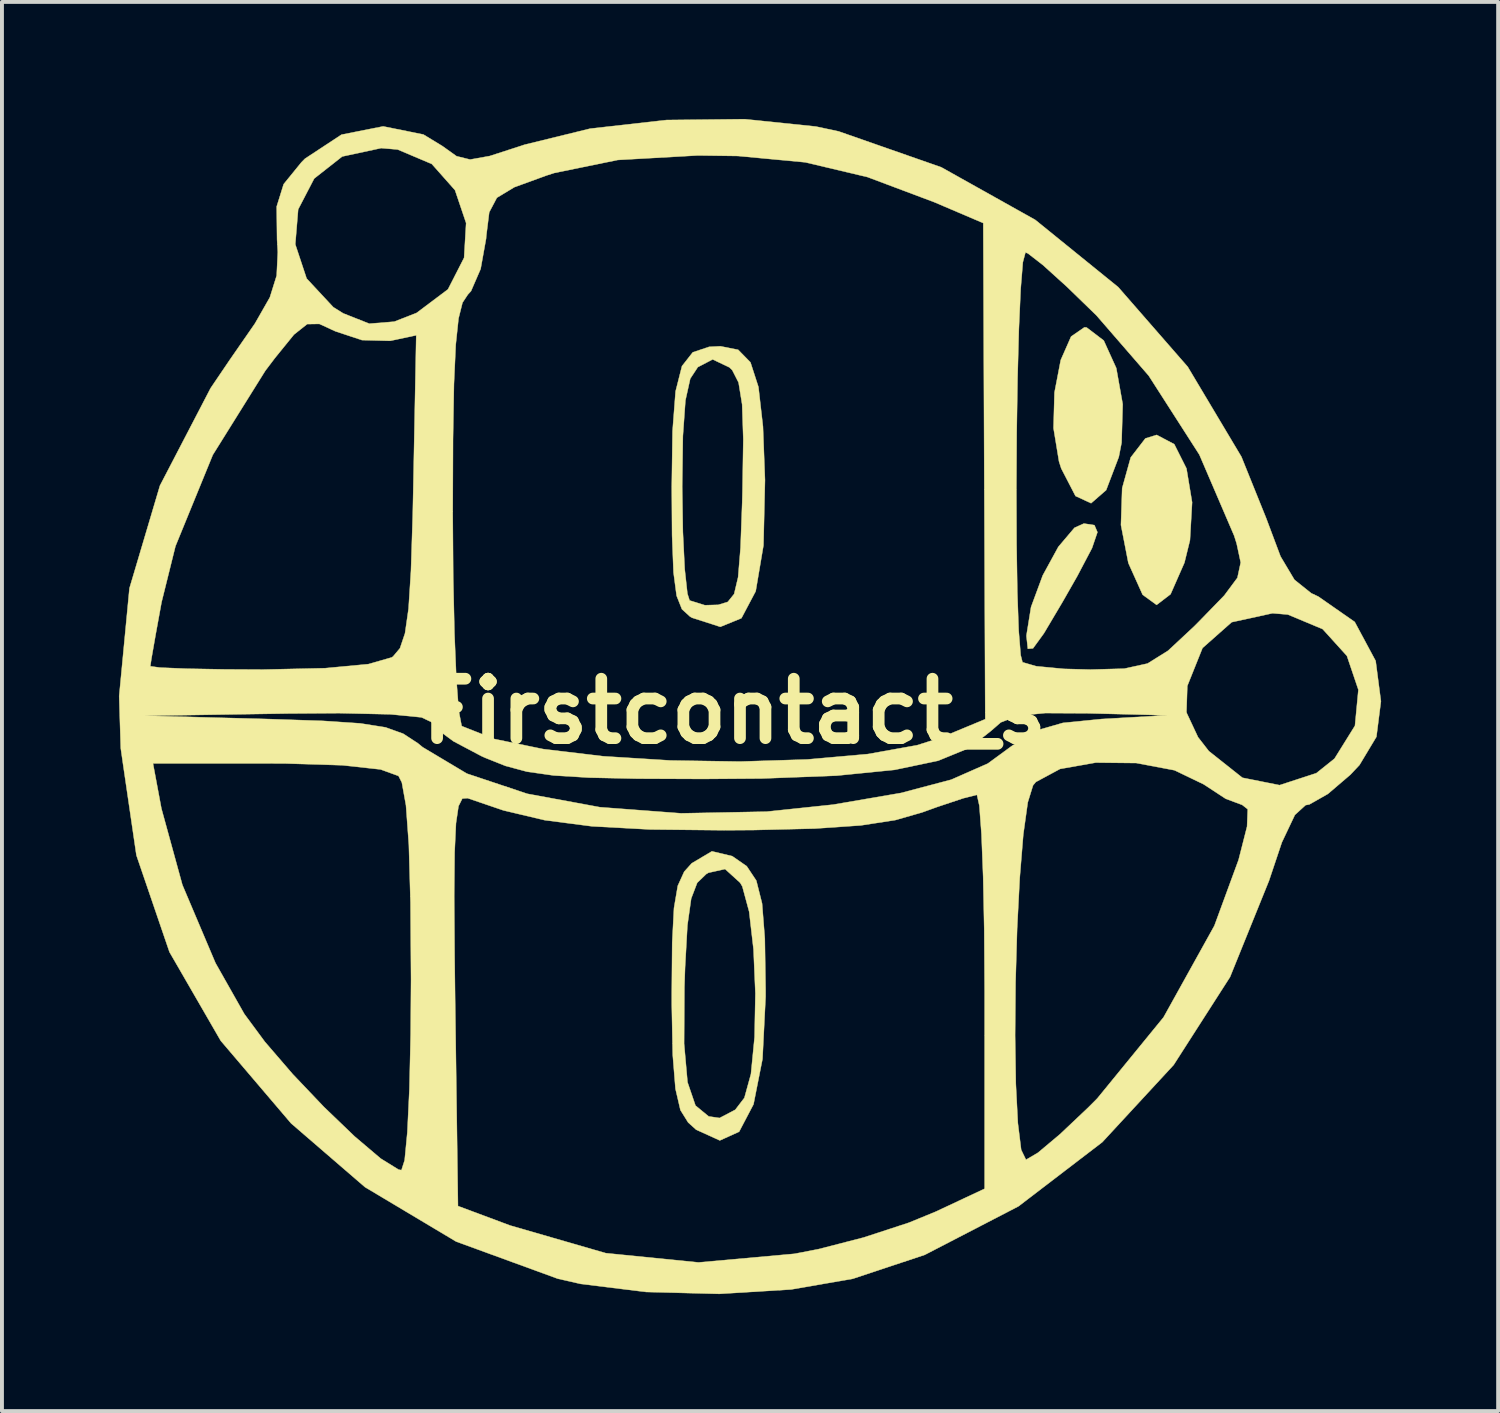
<source format=kicad_pcb>
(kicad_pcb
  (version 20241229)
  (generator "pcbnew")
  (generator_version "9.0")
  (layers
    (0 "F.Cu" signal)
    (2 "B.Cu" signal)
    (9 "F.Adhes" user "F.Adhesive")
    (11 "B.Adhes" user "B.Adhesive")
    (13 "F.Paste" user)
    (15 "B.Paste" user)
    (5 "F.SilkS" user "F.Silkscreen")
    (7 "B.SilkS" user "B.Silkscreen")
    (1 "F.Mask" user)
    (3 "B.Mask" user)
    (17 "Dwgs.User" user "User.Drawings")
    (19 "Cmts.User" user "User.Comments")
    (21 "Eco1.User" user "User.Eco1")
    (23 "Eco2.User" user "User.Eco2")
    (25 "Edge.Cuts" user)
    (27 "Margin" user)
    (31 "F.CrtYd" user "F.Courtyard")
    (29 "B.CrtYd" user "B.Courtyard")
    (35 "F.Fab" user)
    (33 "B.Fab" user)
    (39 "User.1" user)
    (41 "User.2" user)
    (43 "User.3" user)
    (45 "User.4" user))
  (footprint "Firstcontact_s"
    (layer "F.Cu")
    (at 15.776 15.185)
    (property "Reference" "Firstcontact_s" (at 0 0 0) (layer "F.SilkS") (effects (font (size 1.524 1.524) (thickness 0.3))))
    (attr through_hole)
    (fp_poly (pts (xy 9.232 -4.772) (xy 9.309 -4.591) (xy 9.17 -4.183) (xy 8.79 -3.461) (xy 8.417 -2.807) (xy 7.937 -1.998) (xy 7.657 -1.613) (xy 7.525 -1.602) (xy 7.49 -1.92) (xy 7.49 -1.949) (xy 7.607 -2.673) (xy 7.907 -3.484) (xy 8.307 -4.216) (xy 8.72 -4.704) (xy 8.962 -4.813) (xy 9.232 -4.772)) (stroke (width 0.01) (type solid)) (fill yes) (layer "F.SilkS"))
    (fp_poly (pts (xy 11.279 -6.847) (xy 11.592 -6.224) (xy 11.736 -5.357) (xy 11.681 -4.385) (xy 11.54 -3.811) (xy 11.184 -3.001) (xy 10.826 -2.727) (xy 10.468 -2.987) (xy 10.11 -3.782) (xy 10.1 -3.81) (xy 9.912 -4.775) (xy 9.943 -5.72) (xy 10.162 -6.507) (xy 10.538 -6.995) (xy 10.828 -7.085) (xy 11.279 -6.847)) (stroke (width 0.01) (type solid)) (fill yes) (layer "F.SilkS"))
    (fp_poly (pts (xy 9.032 -9.839) (xy 9.471 -9.505) (xy 9.792 -8.798) (xy 9.957 -7.873) (xy 9.928 -6.885) (xy 9.857 -6.521) (xy 9.532 -5.669) (xy 9.146 -5.334) (xy 8.747 -5.518) (xy 8.381 -6.225) (xy 8.324 -6.404) (xy 8.183 -7.259) (xy 8.208 -8.173) (xy 8.368 -9.004) (xy 8.634 -9.608) (xy 8.976 -9.844) (xy 9.032 -9.839)) (stroke (width 0.01) (type solid)) (fill yes) (layer "F.SilkS"))
    (fp_poly (pts (xy 0.098 -9.268) (xy 0.414 -8.945) (xy 0.618 -8.315) (xy 0.734 -7.3) (xy 0.786 -5.927) (xy 0.747 -4.253) (xy 0.548 -3.078) (xy 0.182 -2.386) (xy -0.359 -2.165) (xy -1.084 -2.398) (xy -1.136 -2.428) (xy -1.343 -2.617) (xy -1.48 -2.962) (xy -1.559 -3.56) (xy -1.596 -4.509) (xy -1.604 -5.708) (xy -1.604 -5.76) (xy -1.337 -5.76) (xy -1.319 -4.599) (xy -1.272 -3.644) (xy -1.203 -3.017) (xy -1.147 -2.841) (xy -0.755 -2.719) (xy -0.412 -2.729) (xy -0.168 -2.804) (xy -0.005 -3.007) (xy 0.097 -3.437) (xy 0.159 -4.19) (xy 0.202 -5.363) (xy 0.209 -5.642) (xy 0.23 -6.973) (xy 0.2 -7.868) (xy 0.109 -8.427) (xy -0.053 -8.745) (xy -0.125 -8.816) (xy -0.556 -9.021) (xy -0.936 -8.823) (xy -1.13 -8.528) (xy -1.254 -7.969) (xy -1.319 -7.055) (xy -1.337 -5.76) (xy -1.604 -5.76) (xy -1.584 -7.182) (xy -1.506 -8.203) (xy -1.342 -8.85) (xy -1.065 -9.203) (xy -0.647 -9.343) (xy -0.357 -9.358) (xy 0.098 -9.268)) (stroke (width 0.01) (type solid)) (fill yes) (layer "F.SilkS"))
    (fp_poly (pts (xy -0.054 3.714) (xy 0.318 3.972) (xy 0.564 4.342) (xy 0.711 4.926) (xy 0.782 5.828) (xy 0.802 7.151) (xy 0.802 7.315) (xy 0.722 8.915) (xy 0.492 10.076) (xy 0.123 10.779) (xy -0.372 11.003) (xy -0.979 10.727) (xy -1.184 10.542) (xy -1.382 10.224) (xy -1.509 9.679) (xy -1.579 8.811) (xy -1.585 8.522) (xy -1.288 8.522) (xy -1.2 9.51) (xy -0.996 10.108) (xy -0.658 10.386) (xy -0.378 10.427) (xy 0.024 10.216) (xy 0.258 9.91) (xy 0.426 9.3) (xy 0.519 8.353) (xy 0.54 7.233) (xy 0.492 6.106) (xy 0.38 5.137) (xy 0.205 4.491) (xy 0.149 4.396) (xy -0.237 4.045) (xy -0.664 4.14) (xy -0.72 4.173) (xy -0.952 4.397) (xy -1.106 4.8) (xy -1.203 5.489) (xy -1.263 6.568) (xy -1.28 7.074) (xy -1.288 8.522) (xy -1.585 8.522) (xy -1.604 7.523) (xy -1.604 7.241) (xy -1.593 5.93) (xy -1.547 5.044) (xy -1.45 4.474) (xy -1.285 4.112) (xy -1.092 3.897) (xy -0.575 3.59) (xy -0.054 3.714)) (stroke (width 0.01) (type solid)) (fill yes) (layer "F.SilkS"))
    (fp_poly (pts (xy 2.092 -14.991) (xy 2.674 -14.867) (xy 5.305 -13.947) (xy 7.715 -12.598) (xy 9.842 -10.874) (xy 11.624 -8.831) (xy 13 -6.525) (xy 13.632 -4.958) (xy 14.003 -3.97) (xy 14.36 -3.371) (xy 14.793 -3.025) (xy 14.972 -2.941) (xy 15.905 -2.291) (xy 16.442 -1.291) (xy 16.577 -0.256) (xy 16.461 0.655) (xy 16.027 1.378) (xy 15.795 1.625) (xy 15.218 2.118) (xy 14.741 2.389) (xy 14.646 2.406) (xy 14.371 2.657) (xy 14.037 3.361) (xy 13.707 4.345) (xy 12.709 6.812) (xy 11.263 9.067) (xy 9.433 11.047) (xy 7.285 12.691) (xy 4.883 13.935) (xy 3.036 14.549) (xy 1.456 14.823) (xy -0.384 14.936) (xy -2.258 14.888) (xy -3.941 14.68) (xy -4.526 14.547) (xy -7.132 13.595) (xy -9.469 12.199) (xy -11.364 10.564) (xy -13.167 8.447) (xy -14.481 6.173) (xy -15.329 3.691) (xy -15.674 1.337) (xy -14.904 1.337) (xy -14.688 2.493) (xy -14.15 4.452) (xy -13.302 6.453) (xy -12.563 7.759) (xy -12.035 8.474) (xy -11.321 9.303) (xy -10.521 10.144) (xy -9.736 10.898) (xy -9.065 11.467) (xy -8.608 11.75) (xy -8.534 11.764) (xy -8.452 11.509) (xy -8.383 10.793) (xy -8.33 9.688) (xy -8.298 8.269) (xy -8.288 6.871) (xy -8.302 4.899) (xy -8.307 4.739) (xy -7.182 4.739) (xy -7.171 6.296) (xy -7.158 7.38) (xy -7.085 12.684) (xy -5.748 13.183) (xy -3.296 13.892) (xy -0.919 14.13) (xy 1.539 13.909) (xy 2.158 13.789) (xy 3.314 13.491) (xy 4.475 13.111) (xy 5.165 12.828) (xy 6.417 12.24) (xy 6.417 8.31) (xy 7.198 8.31) (xy 7.217 9.547) (xy 7.269 10.558) (xy 7.354 11.243) (xy 7.477 11.497) (xy 7.478 11.497) (xy 7.783 11.318) (xy 8.35 10.842) (xy 9.071 10.16) (xy 9.306 9.924) (xy 11.004 7.845) (xy 12.307 5.498) (xy 12.927 3.81) (xy 13.145 2.954) (xy 13.162 2.511) (xy 13.02 2.4) (xy 12.598 2.243) (xy 12.032 1.872) (xy 12.032 1.872) (xy 11.284 1.512) (xy 10.305 1.327) (xy 9.268 1.316) (xy 8.351 1.478) (xy 7.731 1.812) (xy 7.658 1.899) (xy 7.523 2.335) (xy 7.408 3.16) (xy 7.317 4.273) (xy 7.25 5.571) (xy 7.21 6.95) (xy 7.198 8.31) (xy 6.417 8.31) (xy 6.417 7.19) (xy 6.407 5.613) (xy 6.379 4.238) (xy 6.336 3.146) (xy 6.282 2.421) (xy 6.22 2.143) (xy 6.216 2.143) (xy 5.866 2.231) (xy 5.204 2.452) (xy 4.813 2.593) (xy 4.125 2.79) (xy 3.243 2.926) (xy 2.065 3.007) (xy 0.494 3.045) (xy -0.267 3.05) (xy -2.161 3.03) (xy -3.65 2.949) (xy -4.86 2.792) (xy -5.919 2.541) (xy -6.84 2.227) (xy -6.974 2.238) (xy -7.071 2.432) (xy -7.136 2.871) (xy -7.171 3.619) (xy -7.182 4.739) (xy -8.307 4.739) (xy -8.344 3.425) (xy -8.418 2.412) (xy -8.524 1.825) (xy -8.609 1.658) (xy -9.069 1.491) (xy -10.046 1.384) (xy -11.525 1.338) (xy -11.917 1.337) (xy -14.904 1.337) (xy -15.674 1.337) (xy -15.73 0.948) (xy -15.756 0.115) (xy -15.106 0.115) (xy -11.926 0.2) (xy -10.548 0.246) (xy -9.591 0.31) (xy -8.943 0.412) (xy -8.489 0.575) (xy -8.116 0.818) (xy -7.989 0.922) (xy -6.856 1.598) (xy -5.308 2.115) (xy -3.445 2.459) (xy -1.366 2.616) (xy 0.828 2.573) (xy 2.534 2.393) (xy 4.268 2.095) (xy 5.559 1.754) (xy 6.499 1.34) (xy 7.095 0.903) (xy 7.66 0.518) (xy 8.423 0.298) (xy 9.425 0.198) (xy 11.096 0.103) (xy 9.065 0.052) (xy 7.97 0.046) (xy 7.271 0.116) (xy 6.832 0.284) (xy 6.579 0.504) (xy 6.028 0.939) (xy 5.224 1.268) (xy 4.107 1.502) (xy 2.617 1.651) (xy 0.694 1.724) (xy -0.802 1.735) (xy -2.48 1.728) (xy -3.724 1.701) (xy -4.636 1.645) (xy -5.317 1.548) (xy -5.868 1.4) (xy -6.389 1.192) (xy -6.484 1.149) (xy -7.2 0.77) (xy -7.661 0.431) (xy -7.754 0.282) (xy -8.019 0.156) (xy -8.814 0.078) (xy -10.132 0.048) (xy -11.43 0.057) (xy -15.106 0.115) (xy -15.756 0.115) (xy -15.771 -0.39) (xy -15.698 -1.154) (xy -14.973 -1.154) (xy -14.723 -1.12) (xy -14.048 -1.092) (xy -13.056 -1.074) (xy -12.083 -1.069) (xy -10.488 -1.105) (xy -9.381 -1.209) (xy -8.783 -1.381) (xy -8.75 -1.404) (xy -8.572 -1.616) (xy -8.443 -1.998) (xy -8.352 -2.631) (xy -8.29 -3.601) (xy -8.246 -4.988) (xy -8.244 -5.063) (xy -7.219 -5.063) (xy -7.207 -3.434) (xy -7.175 -1.992) (xy -7.126 -0.822) (xy -7.064 -0.007) (xy -6.992 0.37) (xy -6.98 0.383) (xy -6.147 0.712) (xy -4.901 0.969) (xy -3.36 1.153) (xy -1.639 1.261) (xy 0.143 1.289) (xy 1.869 1.235) (xy 3.423 1.097) (xy 4.686 0.87) (xy 5.289 0.678) (xy 6.433 0.203) (xy 6.432 0.03) (xy 11.591 0.03) (xy 11.888 0.664) (xy 12.165 1.021) (xy 13.026 1.704) (xy 13.979 1.894) (xy 14.922 1.586) (xy 15.386 1.215) (xy 15.911 0.371) (xy 15.999 -0.551) (xy 15.705 -1.42) (xy 15.083 -2.107) (xy 14.19 -2.48) (xy 13.798 -2.513) (xy 12.751 -2.284) (xy 12.003 -1.622) (xy 11.613 -0.649) (xy 11.591 0.03) (xy 6.432 0.03) (xy 6.409 -5.685) (xy 7.231 -5.685) (xy 7.236 -4.293) (xy 7.255 -3.056) (xy 7.29 -2.072) (xy 7.341 -1.44) (xy 7.388 -1.257) (xy 7.738 -1.155) (xy 8.45 -1.087) (xy 9.128 -1.069) (xy 9.997 -1.093) (xy 10.593 -1.224) (xy 11.118 -1.552) (xy 11.776 -2.165) (xy 11.905 -2.294) (xy 12.56 -2.968) (xy 12.898 -3.423) (xy 12.982 -3.814) (xy 12.878 -4.299) (xy 12.815 -4.499) (xy 11.922 -6.579) (xy 10.623 -8.604) (xy 9.284 -10.148) (xy 8.529 -10.881) (xy 7.91 -11.441) (xy 7.527 -11.738) (xy 7.464 -11.764) (xy 7.397 -11.513) (xy 7.341 -10.826) (xy 7.295 -9.801) (xy 7.261 -8.537) (xy 7.239 -7.132) (xy 7.231 -5.685) (xy 6.409 -5.685) (xy 6.407 -6.156) (xy 6.382 -12.516) (xy 5.129 -13.051) (xy 3.413 -13.696) (xy 1.818 -14.074) (xy 0.092 -14.236) (xy -0.936 -14.25) (xy -2.988 -14.134) (xy -4.619 -13.8) (xy -4.813 -13.737) (xy -5.64 -13.436) (xy -6.087 -13.166) (xy -6.284 -12.793) (xy -6.36 -12.182) (xy -6.364 -12.119) (xy -6.504 -11.34) (xy -6.75 -10.773) (xy -6.832 -10.683) (xy -6.969 -10.476) (xy -7.071 -10.069) (xy -7.142 -9.397) (xy -7.188 -8.391) (xy -7.212 -6.986) (xy -7.219 -5.114) (xy -7.219 -5.063) (xy -8.244 -5.063) (xy -8.231 -5.689) (xy -8.155 -9.639) (xy -8.823 -9.497) (xy -9.547 -9.516) (xy -10.229 -9.742) (xy -10.639 -9.931) (xy -10.951 -9.926) (xy -11.289 -9.658) (xy -11.777 -9.057) (xy -12.024 -8.731) (xy -13.371 -6.572) (xy -14.328 -4.232) (xy -14.684 -2.798) (xy -14.838 -1.954) (xy -14.943 -1.354) (xy -14.973 -1.154) (xy -15.698 -1.154) (xy -15.507 -3.154) (xy -14.725 -5.787) (xy -13.426 -8.285) (xy -12.939 -9.004) (xy -12.29 -9.941) (xy -11.908 -10.611) (xy -11.733 -11.17) (xy -11.704 -11.772) (xy -11.716 -11.972) (xy -11.256 -11.972) (xy -10.965 -11.095) (xy -10.281 -10.36) (xy -10.026 -10.201) (xy -9.358 -9.937) (xy -8.718 -9.989) (xy -8.147 -10.212) (xy -7.342 -10.817) (xy -6.928 -11.627) (xy -6.876 -12.517) (xy -7.161 -13.36) (xy -7.756 -14.031) (xy -8.632 -14.402) (xy -9.053 -14.438) (xy -10.052 -14.223) (xy -10.771 -13.658) (xy -11.182 -12.867) (xy -11.256 -11.972) (xy -11.716 -11.972) (xy -11.723 -12.095) (xy -11.733 -12.939) (xy -11.554 -13.514) (xy -11.097 -14.076) (xy -11.007 -14.167) (xy -10.071 -14.783) (xy -9.003 -14.995) (xy -7.972 -14.787) (xy -7.484 -14.49) (xy -7.122 -14.231) (xy -6.774 -14.145) (xy -6.271 -14.235) (xy -5.444 -14.503) (xy -5.383 -14.524) (xy -3.698 -14.937) (xy -1.74 -15.158) (xy 0.265 -15.18) (xy 2.092 -14.991)) (stroke (width 0.01) (type solid)) (fill yes) (layer "F.SilkS")))
  (gr_rect
    (start -3 -3)
    (end 35.358 33.126)
    (stroke (width 0.1) (type default))
    (fill no)
    (layer "Edge.Cuts")))
</source>
